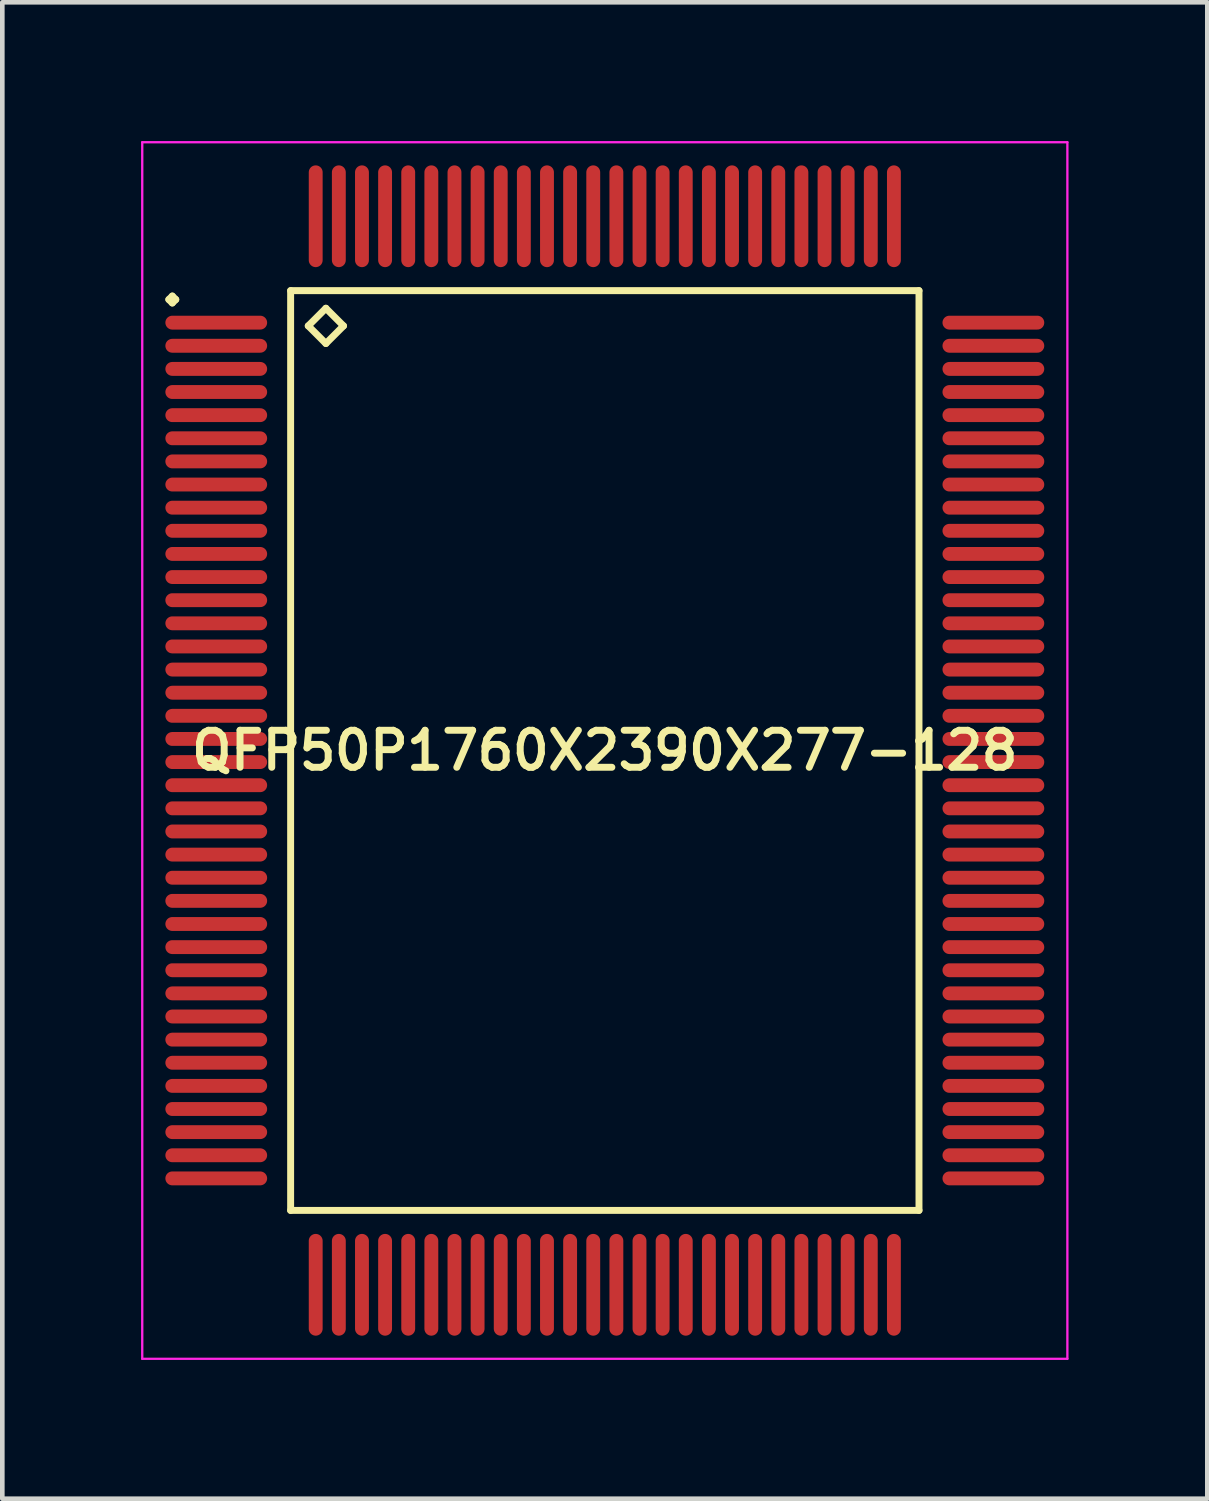
<source format=kicad_pcb>
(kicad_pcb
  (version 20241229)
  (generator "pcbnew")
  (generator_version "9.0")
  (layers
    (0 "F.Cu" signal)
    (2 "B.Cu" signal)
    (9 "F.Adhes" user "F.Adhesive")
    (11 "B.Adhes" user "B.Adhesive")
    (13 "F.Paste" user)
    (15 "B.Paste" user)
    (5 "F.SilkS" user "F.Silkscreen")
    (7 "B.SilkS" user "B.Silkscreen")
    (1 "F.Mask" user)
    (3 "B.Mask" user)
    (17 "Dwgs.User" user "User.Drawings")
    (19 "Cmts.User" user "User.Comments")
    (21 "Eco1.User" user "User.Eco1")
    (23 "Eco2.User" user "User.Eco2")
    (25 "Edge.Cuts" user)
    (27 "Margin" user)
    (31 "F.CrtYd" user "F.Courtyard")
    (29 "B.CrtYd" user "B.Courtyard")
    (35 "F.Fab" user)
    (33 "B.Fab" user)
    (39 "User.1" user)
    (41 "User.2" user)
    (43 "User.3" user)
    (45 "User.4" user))
  (footprint "QFP50P1760X2390X277-128"
    (layer "F.Cu")
    (at 10.025 13.175)
    (property "Reference" "QFP50P1760X2390X277-128" (at 0 0 0) (layer "F.SilkS") (effects (font (size 0.8 0.8) (thickness 0.15))))
    (attr smd)
    (fp_line (start -9.425 -9.75) (end -9.35 -9.825) (stroke (width 0.15) (type solid)) (layer "F.SilkS"))
    (fp_line (start -9.35 -9.825) (end -9.275 -9.75) (stroke (width 0.15) (type solid)) (layer "F.SilkS"))
    (fp_line (start -9.35 -9.675) (end -9.425 -9.75) (stroke (width 0.15) (type solid)) (layer "F.SilkS"))
    (fp_line (start -9.275 -9.75) (end -9.35 -9.675) (stroke (width 0.15) (type solid)) (layer "F.SilkS"))
    (fp_line (start -6.792 -9.942) (end -6.792 9.942) (stroke (width 0.15) (type solid)) (layer "F.SilkS"))
    (fp_line (start -6.792 9.942) (end 6.792 9.942) (stroke (width 0.15) (type solid)) (layer "F.SilkS"))
    (fp_line (start -6.411 -9.18) (end -6.03 -9.561) (stroke (width 0.15) (type solid)) (layer "F.SilkS"))
    (fp_line (start -6.03 -9.561) (end -5.649 -9.18) (stroke (width 0.15) (type solid)) (layer "F.SilkS"))
    (fp_line (start -6.03 -8.799) (end -6.411 -9.18) (stroke (width 0.15) (type solid)) (layer "F.SilkS"))
    (fp_line (start -5.649 -9.18) (end -6.03 -8.799) (stroke (width 0.15) (type solid)) (layer "F.SilkS"))
    (fp_line (start 6.792 -9.942) (end -6.792 -9.942) (stroke (width 0.15) (type solid)) (layer "F.SilkS"))
    (fp_line (start 6.792 9.942) (end 6.792 -9.942) (stroke (width 0.15) (type solid)) (layer "F.SilkS"))
    (fp_line (start -10 -13.15) (end 10 -13.15) (stroke (width 0.05) (type solid)) (layer "F.CrtYd"))
    (fp_line (start -10 13.15) (end -10 -13.15) (stroke (width 0.05) (type solid)) (layer "F.CrtYd"))
    (fp_line (start 10 -13.15) (end 10 13.15) (stroke (width 0.05) (type solid)) (layer "F.CrtYd"))
    (fp_line (start 10 13.15) (end -10 13.15) (stroke (width 0.05) (type solid)) (layer "F.CrtYd"))
    (pad "1" smd oval (at -8.4 -9.25) (size 2.2 0.3) (layers "F.Cu" "F.Mask" "F.Paste"))
    (pad "2" smd oval (at -8.4 -8.75) (size 2.2 0.3) (layers "F.Cu" "F.Mask" "F.Paste"))
    (pad "3" smd oval (at -8.4 -8.25) (size 2.2 0.3) (layers "F.Cu" "F.Mask" "F.Paste"))
    (pad "4" smd oval (at -8.4 -7.75) (size 2.2 0.3) (layers "F.Cu" "F.Mask" "F.Paste"))
    (pad "5" smd oval (at -8.4 -7.25) (size 2.2 0.3) (layers "F.Cu" "F.Mask" "F.Paste"))
    (pad "6" smd oval (at -8.4 -6.75) (size 2.2 0.3) (layers "F.Cu" "F.Mask" "F.Paste"))
    (pad "7" smd oval (at -8.4 -6.25) (size 2.2 0.3) (layers "F.Cu" "F.Mask" "F.Paste"))
    (pad "8" smd oval (at -8.4 -5.75) (size 2.2 0.3) (layers "F.Cu" "F.Mask" "F.Paste"))
    (pad "9" smd oval (at -8.4 -5.25) (size 2.2 0.3) (layers "F.Cu" "F.Mask" "F.Paste"))
    (pad "10" smd oval (at -8.4 -4.75) (size 2.2 0.3) (layers "F.Cu" "F.Mask" "F.Paste"))
    (pad "11" smd oval (at -8.4 -4.25) (size 2.2 0.3) (layers "F.Cu" "F.Mask" "F.Paste"))
    (pad "12" smd oval (at -8.4 -3.75) (size 2.2 0.3) (layers "F.Cu" "F.Mask" "F.Paste"))
    (pad "13" smd oval (at -8.4 -3.25) (size 2.2 0.3) (layers "F.Cu" "F.Mask" "F.Paste"))
    (pad "14" smd oval (at -8.4 -2.75) (size 2.2 0.3) (layers "F.Cu" "F.Mask" "F.Paste"))
    (pad "15" smd oval (at -8.4 -2.25) (size 2.2 0.3) (layers "F.Cu" "F.Mask" "F.Paste"))
    (pad "16" smd oval (at -8.4 -1.75) (size 2.2 0.3) (layers "F.Cu" "F.Mask" "F.Paste"))
    (pad "17" smd oval (at -8.4 -1.25) (size 2.2 0.3) (layers "F.Cu" "F.Mask" "F.Paste"))
    (pad "18" smd oval (at -8.4 -0.75) (size 2.2 0.3) (layers "F.Cu" "F.Mask" "F.Paste"))
    (pad "19" smd oval (at -8.4 -0.25) (size 2.2 0.3) (layers "F.Cu" "F.Mask" "F.Paste"))
    (pad "20" smd oval (at -8.4 0.25) (size 2.2 0.3) (layers "F.Cu" "F.Mask" "F.Paste"))
    (pad "21" smd oval (at -8.4 0.75) (size 2.2 0.3) (layers "F.Cu" "F.Mask" "F.Paste"))
    (pad "22" smd oval (at -8.4 1.25) (size 2.2 0.3) (layers "F.Cu" "F.Mask" "F.Paste"))
    (pad "23" smd oval (at -8.4 1.75) (size 2.2 0.3) (layers "F.Cu" "F.Mask" "F.Paste"))
    (pad "24" smd oval (at -8.4 2.25) (size 2.2 0.3) (layers "F.Cu" "F.Mask" "F.Paste"))
    (pad "25" smd oval (at -8.4 2.75) (size 2.2 0.3) (layers "F.Cu" "F.Mask" "F.Paste"))
    (pad "26" smd oval (at -8.4 3.25) (size 2.2 0.3) (layers "F.Cu" "F.Mask" "F.Paste"))
    (pad "27" smd oval (at -8.4 3.75) (size 2.2 0.3) (layers "F.Cu" "F.Mask" "F.Paste"))
    (pad "28" smd oval (at -8.4 4.25) (size 2.2 0.3) (layers "F.Cu" "F.Mask" "F.Paste"))
    (pad "29" smd oval (at -8.4 4.75) (size 2.2 0.3) (layers "F.Cu" "F.Mask" "F.Paste"))
    (pad "30" smd oval (at -8.4 5.25) (size 2.2 0.3) (layers "F.Cu" "F.Mask" "F.Paste"))
    (pad "31" smd oval (at -8.4 5.75) (size 2.2 0.3) (layers "F.Cu" "F.Mask" "F.Paste"))
    (pad "32" smd oval (at -8.4 6.25) (size 2.2 0.3) (layers "F.Cu" "F.Mask" "F.Paste"))
    (pad "33" smd oval (at -8.4 6.75) (size 2.2 0.3) (layers "F.Cu" "F.Mask" "F.Paste"))
    (pad "34" smd oval (at -8.4 7.25) (size 2.2 0.3) (layers "F.Cu" "F.Mask" "F.Paste"))
    (pad "35" smd oval (at -8.4 7.75) (size 2.2 0.3) (layers "F.Cu" "F.Mask" "F.Paste"))
    (pad "36" smd oval (at -8.4 8.25) (size 2.2 0.3) (layers "F.Cu" "F.Mask" "F.Paste"))
    (pad "37" smd oval (at -8.4 8.75) (size 2.2 0.3) (layers "F.Cu" "F.Mask" "F.Paste"))
    (pad "38" smd oval (at -8.4 9.25) (size 2.2 0.3) (layers "F.Cu" "F.Mask" "F.Paste"))
    (pad "39" smd oval (at -6.25 11.55) (size 0.3 2.2) (layers "F.Cu" "F.Mask" "F.Paste"))
    (pad "40" smd oval (at -5.75 11.55) (size 0.3 2.2) (layers "F.Cu" "F.Mask" "F.Paste"))
    (pad "41" smd oval (at -5.25 11.55) (size 0.3 2.2) (layers "F.Cu" "F.Mask" "F.Paste"))
    (pad "42" smd oval (at -4.75 11.55) (size 0.3 2.2) (layers "F.Cu" "F.Mask" "F.Paste"))
    (pad "43" smd oval (at -4.25 11.55) (size 0.3 2.2) (layers "F.Cu" "F.Mask" "F.Paste"))
    (pad "44" smd oval (at -3.75 11.55) (size 0.3 2.2) (layers "F.Cu" "F.Mask" "F.Paste"))
    (pad "45" smd oval (at -3.25 11.55) (size 0.3 2.2) (layers "F.Cu" "F.Mask" "F.Paste"))
    (pad "46" smd oval (at -2.75 11.55) (size 0.3 2.2) (layers "F.Cu" "F.Mask" "F.Paste"))
    (pad "47" smd oval (at -2.25 11.55) (size 0.3 2.2) (layers "F.Cu" "F.Mask" "F.Paste"))
    (pad "48" smd oval (at -1.75 11.55) (size 0.3 2.2) (layers "F.Cu" "F.Mask" "F.Paste"))
    (pad "49" smd oval (at -1.25 11.55) (size 0.3 2.2) (layers "F.Cu" "F.Mask" "F.Paste"))
    (pad "50" smd oval (at -0.75 11.55) (size 0.3 2.2) (layers "F.Cu" "F.Mask" "F.Paste"))
    (pad "51" smd oval (at -0.25 11.55) (size 0.3 2.2) (layers "F.Cu" "F.Mask" "F.Paste"))
    (pad "52" smd oval (at 0.25 11.55) (size 0.3 2.2) (layers "F.Cu" "F.Mask" "F.Paste"))
    (pad "53" smd oval (at 0.75 11.55) (size 0.3 2.2) (layers "F.Cu" "F.Mask" "F.Paste"))
    (pad "54" smd oval (at 1.25 11.55) (size 0.3 2.2) (layers "F.Cu" "F.Mask" "F.Paste"))
    (pad "55" smd oval (at 1.75 11.55) (size 0.3 2.2) (layers "F.Cu" "F.Mask" "F.Paste"))
    (pad "56" smd oval (at 2.25 11.55) (size 0.3 2.2) (layers "F.Cu" "F.Mask" "F.Paste"))
    (pad "57" smd oval (at 2.75 11.55) (size 0.3 2.2) (layers "F.Cu" "F.Mask" "F.Paste"))
    (pad "58" smd oval (at 3.25 11.55) (size 0.3 2.2) (layers "F.Cu" "F.Mask" "F.Paste"))
    (pad "59" smd oval (at 3.75 11.55) (size 0.3 2.2) (layers "F.Cu" "F.Mask" "F.Paste"))
    (pad "60" smd oval (at 4.25 11.55) (size 0.3 2.2) (layers "F.Cu" "F.Mask" "F.Paste"))
    (pad "61" smd oval (at 4.75 11.55) (size 0.3 2.2) (layers "F.Cu" "F.Mask" "F.Paste"))
    (pad "62" smd oval (at 5.25 11.55) (size 0.3 2.2) (layers "F.Cu" "F.Mask" "F.Paste"))
    (pad "63" smd oval (at 5.75 11.55) (size 0.3 2.2) (layers "F.Cu" "F.Mask" "F.Paste"))
    (pad "64" smd oval (at 6.25 11.55) (size 0.3 2.2) (layers "F.Cu" "F.Mask" "F.Paste"))
    (pad "65" smd oval (at 8.4 9.25) (size 2.2 0.3) (layers "F.Cu" "F.Mask" "F.Paste"))
    (pad "66" smd oval (at 8.4 8.75) (size 2.2 0.3) (layers "F.Cu" "F.Mask" "F.Paste"))
    (pad "67" smd oval (at 8.4 8.25) (size 2.2 0.3) (layers "F.Cu" "F.Mask" "F.Paste"))
    (pad "68" smd oval (at 8.4 7.75) (size 2.2 0.3) (layers "F.Cu" "F.Mask" "F.Paste"))
    (pad "69" smd oval (at 8.4 7.25) (size 2.2 0.3) (layers "F.Cu" "F.Mask" "F.Paste"))
    (pad "70" smd oval (at 8.4 6.75) (size 2.2 0.3) (layers "F.Cu" "F.Mask" "F.Paste"))
    (pad "71" smd oval (at 8.4 6.25) (size 2.2 0.3) (layers "F.Cu" "F.Mask" "F.Paste"))
    (pad "72" smd oval (at 8.4 5.75) (size 2.2 0.3) (layers "F.Cu" "F.Mask" "F.Paste"))
    (pad "73" smd oval (at 8.4 5.25) (size 2.2 0.3) (layers "F.Cu" "F.Mask" "F.Paste"))
    (pad "74" smd oval (at 8.4 4.75) (size 2.2 0.3) (layers "F.Cu" "F.Mask" "F.Paste"))
    (pad "75" smd oval (at 8.4 4.25) (size 2.2 0.3) (layers "F.Cu" "F.Mask" "F.Paste"))
    (pad "76" smd oval (at 8.4 3.75) (size 2.2 0.3) (layers "F.Cu" "F.Mask" "F.Paste"))
    (pad "77" smd oval (at 8.4 3.25) (size 2.2 0.3) (layers "F.Cu" "F.Mask" "F.Paste"))
    (pad "78" smd oval (at 8.4 2.75) (size 2.2 0.3) (layers "F.Cu" "F.Mask" "F.Paste"))
    (pad "79" smd oval (at 8.4 2.25) (size 2.2 0.3) (layers "F.Cu" "F.Mask" "F.Paste"))
    (pad "80" smd oval (at 8.4 1.75) (size 2.2 0.3) (layers "F.Cu" "F.Mask" "F.Paste"))
    (pad "81" smd oval (at 8.4 1.25) (size 2.2 0.3) (layers "F.Cu" "F.Mask" "F.Paste"))
    (pad "82" smd oval (at 8.4 0.75) (size 2.2 0.3) (layers "F.Cu" "F.Mask" "F.Paste"))
    (pad "83" smd oval (at 8.4 0.25) (size 2.2 0.3) (layers "F.Cu" "F.Mask" "F.Paste"))
    (pad "84" smd oval (at 8.4 -0.25) (size 2.2 0.3) (layers "F.Cu" "F.Mask" "F.Paste"))
    (pad "85" smd oval (at 8.4 -0.75) (size 2.2 0.3) (layers "F.Cu" "F.Mask" "F.Paste"))
    (pad "86" smd oval (at 8.4 -1.25) (size 2.2 0.3) (layers "F.Cu" "F.Mask" "F.Paste"))
    (pad "87" smd oval (at 8.4 -1.75) (size 2.2 0.3) (layers "F.Cu" "F.Mask" "F.Paste"))
    (pad "88" smd oval (at 8.4 -2.25) (size 2.2 0.3) (layers "F.Cu" "F.Mask" "F.Paste"))
    (pad "89" smd oval (at 8.4 -2.75) (size 2.2 0.3) (layers "F.Cu" "F.Mask" "F.Paste"))
    (pad "90" smd oval (at 8.4 -3.25) (size 2.2 0.3) (layers "F.Cu" "F.Mask" "F.Paste"))
    (pad "91" smd oval (at 8.4 -3.75) (size 2.2 0.3) (layers "F.Cu" "F.Mask" "F.Paste"))
    (pad "92" smd oval (at 8.4 -4.25) (size 2.2 0.3) (layers "F.Cu" "F.Mask" "F.Paste"))
    (pad "93" smd oval (at 8.4 -4.75) (size 2.2 0.3) (layers "F.Cu" "F.Mask" "F.Paste"))
    (pad "94" smd oval (at 8.4 -5.25) (size 2.2 0.3) (layers "F.Cu" "F.Mask" "F.Paste"))
    (pad "95" smd oval (at 8.4 -5.75) (size 2.2 0.3) (layers "F.Cu" "F.Mask" "F.Paste"))
    (pad "96" smd oval (at 8.4 -6.25) (size 2.2 0.3) (layers "F.Cu" "F.Mask" "F.Paste"))
    (pad "97" smd oval (at 8.4 -6.75) (size 2.2 0.3) (layers "F.Cu" "F.Mask" "F.Paste"))
    (pad "98" smd oval (at 8.4 -7.25) (size 2.2 0.3) (layers "F.Cu" "F.Mask" "F.Paste"))
    (pad "99" smd oval (at 8.4 -7.75) (size 2.2 0.3) (layers "F.Cu" "F.Mask" "F.Paste"))
    (pad "100" smd oval (at 8.4 -8.25) (size 2.2 0.3) (layers "F.Cu" "F.Mask" "F.Paste"))
    (pad "101" smd oval (at 8.4 -8.75) (size 2.2 0.3) (layers "F.Cu" "F.Mask" "F.Paste"))
    (pad "102" smd oval (at 8.4 -9.25) (size 2.2 0.3) (layers "F.Cu" "F.Mask" "F.Paste"))
    (pad "103" smd oval (at 6.25 -11.55) (size 0.3 2.2) (layers "F.Cu" "F.Mask" "F.Paste"))
    (pad "104" smd oval (at 5.75 -11.55) (size 0.3 2.2) (layers "F.Cu" "F.Mask" "F.Paste"))
    (pad "105" smd oval (at 5.25 -11.55) (size 0.3 2.2) (layers "F.Cu" "F.Mask" "F.Paste"))
    (pad "106" smd oval (at 4.75 -11.55) (size 0.3 2.2) (layers "F.Cu" "F.Mask" "F.Paste"))
    (pad "107" smd oval (at 4.25 -11.55) (size 0.3 2.2) (layers "F.Cu" "F.Mask" "F.Paste"))
    (pad "108" smd oval (at 3.75 -11.55) (size 0.3 2.2) (layers "F.Cu" "F.Mask" "F.Paste"))
    (pad "109" smd oval (at 3.25 -11.55) (size 0.3 2.2) (layers "F.Cu" "F.Mask" "F.Paste"))
    (pad "110" smd oval (at 2.75 -11.55) (size 0.3 2.2) (layers "F.Cu" "F.Mask" "F.Paste"))
    (pad "111" smd oval (at 2.25 -11.55) (size 0.3 2.2) (layers "F.Cu" "F.Mask" "F.Paste"))
    (pad "112" smd oval (at 1.75 -11.55) (size 0.3 2.2) (layers "F.Cu" "F.Mask" "F.Paste"))
    (pad "113" smd oval (at 1.25 -11.55) (size 0.3 2.2) (layers "F.Cu" "F.Mask" "F.Paste"))
    (pad "114" smd oval (at 0.75 -11.55) (size 0.3 2.2) (layers "F.Cu" "F.Mask" "F.Paste"))
    (pad "115" smd oval (at 0.25 -11.55) (size 0.3 2.2) (layers "F.Cu" "F.Mask" "F.Paste"))
    (pad "116" smd oval (at -0.25 -11.55) (size 0.3 2.2) (layers "F.Cu" "F.Mask" "F.Paste"))
    (pad "117" smd oval (at -0.75 -11.55) (size 0.3 2.2) (layers "F.Cu" "F.Mask" "F.Paste"))
    (pad "118" smd oval (at -1.25 -11.55) (size 0.3 2.2) (layers "F.Cu" "F.Mask" "F.Paste"))
    (pad "119" smd oval (at -1.75 -11.55) (size 0.3 2.2) (layers "F.Cu" "F.Mask" "F.Paste"))
    (pad "120" smd oval (at -2.25 -11.55) (size 0.3 2.2) (layers "F.Cu" "F.Mask" "F.Paste"))
    (pad "121" smd oval (at -2.75 -11.55) (size 0.3 2.2) (layers "F.Cu" "F.Mask" "F.Paste"))
    (pad "122" smd oval (at -3.25 -11.55) (size 0.3 2.2) (layers "F.Cu" "F.Mask" "F.Paste"))
    (pad "123" smd oval (at -3.75 -11.55) (size 0.3 2.2) (layers "F.Cu" "F.Mask" "F.Paste"))
    (pad "124" smd oval (at -4.25 -11.55) (size 0.3 2.2) (layers "F.Cu" "F.Mask" "F.Paste"))
    (pad "125" smd oval (at -4.75 -11.55) (size 0.3 2.2) (layers "F.Cu" "F.Mask" "F.Paste"))
    (pad "126" smd oval (at -5.25 -11.55) (size 0.3 2.2) (layers "F.Cu" "F.Mask" "F.Paste"))
    (pad "127" smd oval (at -5.75 -11.55) (size 0.3 2.2) (layers "F.Cu" "F.Mask" "F.Paste"))
    (pad "128" smd oval (at -6.25 -11.55) (size 0.3 2.2) (layers "F.Cu" "F.Mask" "F.Paste")))
  (gr_rect
    (start -3 -3)
    (end 23.05 29.35)
    (stroke (width 0.1) (type default))
    (fill no)
    (layer "Edge.Cuts")))
</source>
